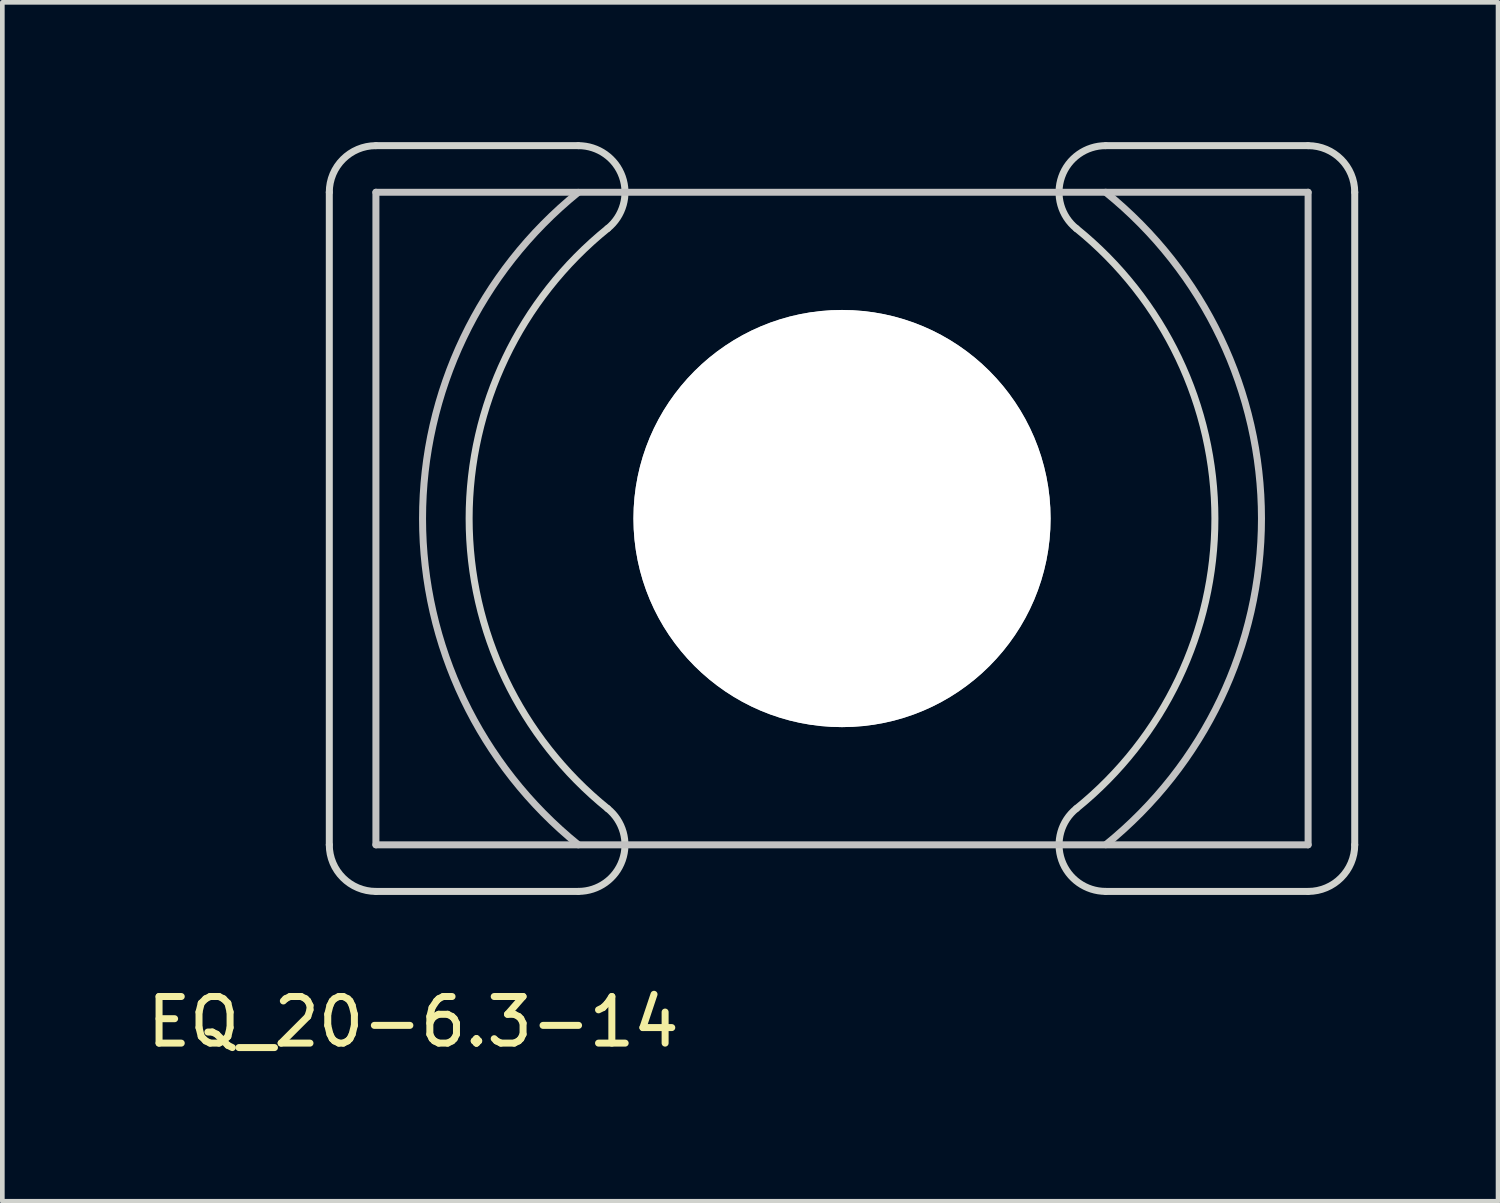
<source format=kicad_pcb>
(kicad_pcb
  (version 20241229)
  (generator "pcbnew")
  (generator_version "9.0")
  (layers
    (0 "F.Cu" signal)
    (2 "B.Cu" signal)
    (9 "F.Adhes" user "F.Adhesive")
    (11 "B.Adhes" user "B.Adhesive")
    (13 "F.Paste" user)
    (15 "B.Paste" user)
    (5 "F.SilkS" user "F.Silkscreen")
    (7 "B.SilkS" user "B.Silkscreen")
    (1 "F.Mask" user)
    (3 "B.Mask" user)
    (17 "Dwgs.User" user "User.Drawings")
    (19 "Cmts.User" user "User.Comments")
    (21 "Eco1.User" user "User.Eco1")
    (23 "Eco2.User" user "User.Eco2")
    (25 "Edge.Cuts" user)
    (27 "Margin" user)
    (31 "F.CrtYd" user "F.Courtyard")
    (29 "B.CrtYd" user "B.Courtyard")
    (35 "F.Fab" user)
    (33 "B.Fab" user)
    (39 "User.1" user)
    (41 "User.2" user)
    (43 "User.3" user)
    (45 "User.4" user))
  (footprint "EQ_20-6.3-14"
    (layer "F.Cu")
    (at 15.015 8.075)
    (property "Reference" "EQ_20-6.3-14" (at -9.2 10.8 0) (layer "F.SilkS") (effects (font (size 1 1) (thickness 0.15))))
    (attr through_hole)
    (fp_line (start -10 -7) (end 10 -7) (stroke (width 0.15) (type solid)) (layer "Dwgs.User"))
    (fp_line (start -10 7) (end -10 -7) (stroke (width 0.15) (type solid)) (layer "Dwgs.User"))
    (fp_line (start 10 7) (end -10 7) (stroke (width 0.15) (type solid)) (layer "Dwgs.User"))
    (fp_line (start 10 7) (end 10 -7) (stroke (width 0.15) (type solid)) (layer "Dwgs.User"))
    (fp_arc (start -5.656 7) (mid -8.999463 0.001852) (end -5.65888 -6.997672) (stroke (width 0.15) (type solid)) (layer "Dwgs.User"))
    (fp_arc (start 5.656 -7) (mid 8.999463 -0.001852) (end 5.65888 6.997672) (stroke (width 0.15) (type solid)) (layer "Dwgs.User"))
    (fp_circle (center 0 0) (end 4.4 0) (stroke (width 0.15) (type solid)) (fill no) (layer "Dwgs.User"))
    (fp_line (start -11 7) (end -11 -7) (stroke (width 0.15) (type solid)) (layer "Edge.Cuts"))
    (fp_line (start -10 -8) (end -5.656 -8) (stroke (width 0.15) (type solid)) (layer "Edge.Cuts"))
    (fp_line (start -10 8) (end -5.656 8) (stroke (width 0.15) (type solid)) (layer "Edge.Cuts"))
    (fp_line (start 10 -8) (end 5.656 -8) (stroke (width 0.15) (type solid)) (layer "Edge.Cuts"))
    (fp_line (start 10 8) (end 5.656 8) (stroke (width 0.15) (type solid)) (layer "Edge.Cuts"))
    (fp_line (start 11 -7) (end 11 7) (stroke (width 0.15) (type solid)) (layer "Edge.Cuts"))
    (fp_arc (start -11 -7) (mid -10.707107 -7.707107) (end -10 -8) (stroke (width 0.15) (type solid)) (layer "Edge.Cuts"))
    (fp_arc (start -10 8) (mid -10.707107 7.707107) (end -11 7) (stroke (width 0.15) (type solid)) (layer "Edge.Cuts"))
    (fp_arc (start -5.656 -8) (mid -4.713358 -7.333807) (end -5.02668 -6.222854) (stroke (width 0.15) (type solid)) (layer "Edge.Cuts"))
    (fp_arc (start -5.0287 6.222) (mid -4.713228 7.331617) (end -5.653892 7.999392) (stroke (width 0.15) (type solid)) (layer "Edge.Cuts"))
    (fp_arc (start -5.0287 6.222) (mid -8.000069 -0.000082) (end -5.028573 -6.222103) (stroke (width 0.15) (type solid)) (layer "Edge.Cuts"))
    (fp_arc (start 5.02668 -6.222854) (mid 4.713359 -7.333807) (end 5.656 -8) (stroke (width 0.15) (type solid)) (layer "Edge.Cuts"))
    (fp_arc (start 5.0287 -6.222) (mid 8.000069 -0.000616) (end 5.029658 6.221225) (stroke (width 0.15) (type solid)) (layer "Edge.Cuts"))
    (fp_arc (start 5.653892 7.999392) (mid 4.713228 7.331617) (end 5.0287 6.222) (stroke (width 0.15) (type solid)) (layer "Edge.Cuts"))
    (fp_arc (start 10 -8) (mid 10.707107 -7.707107) (end 11 -7) (stroke (width 0.15) (type solid)) (layer "Edge.Cuts"))
    (fp_arc (start 11 7) (mid 10.707107 7.707107) (end 10 8) (stroke (width 0.15) (type solid)) (layer "Edge.Cuts"))
    (pad "" np_thru_hole circle (at 0 0) (size 8.95 8.95) (drill 8.95) (layers "*.Cu" "*.Mask")))
  (gr_rect
    (start -3 -3)
    (end 29.09 22.723)
    (stroke (width 0.1) (type default))
    (fill no)
    (layer "Edge.Cuts")))
</source>
